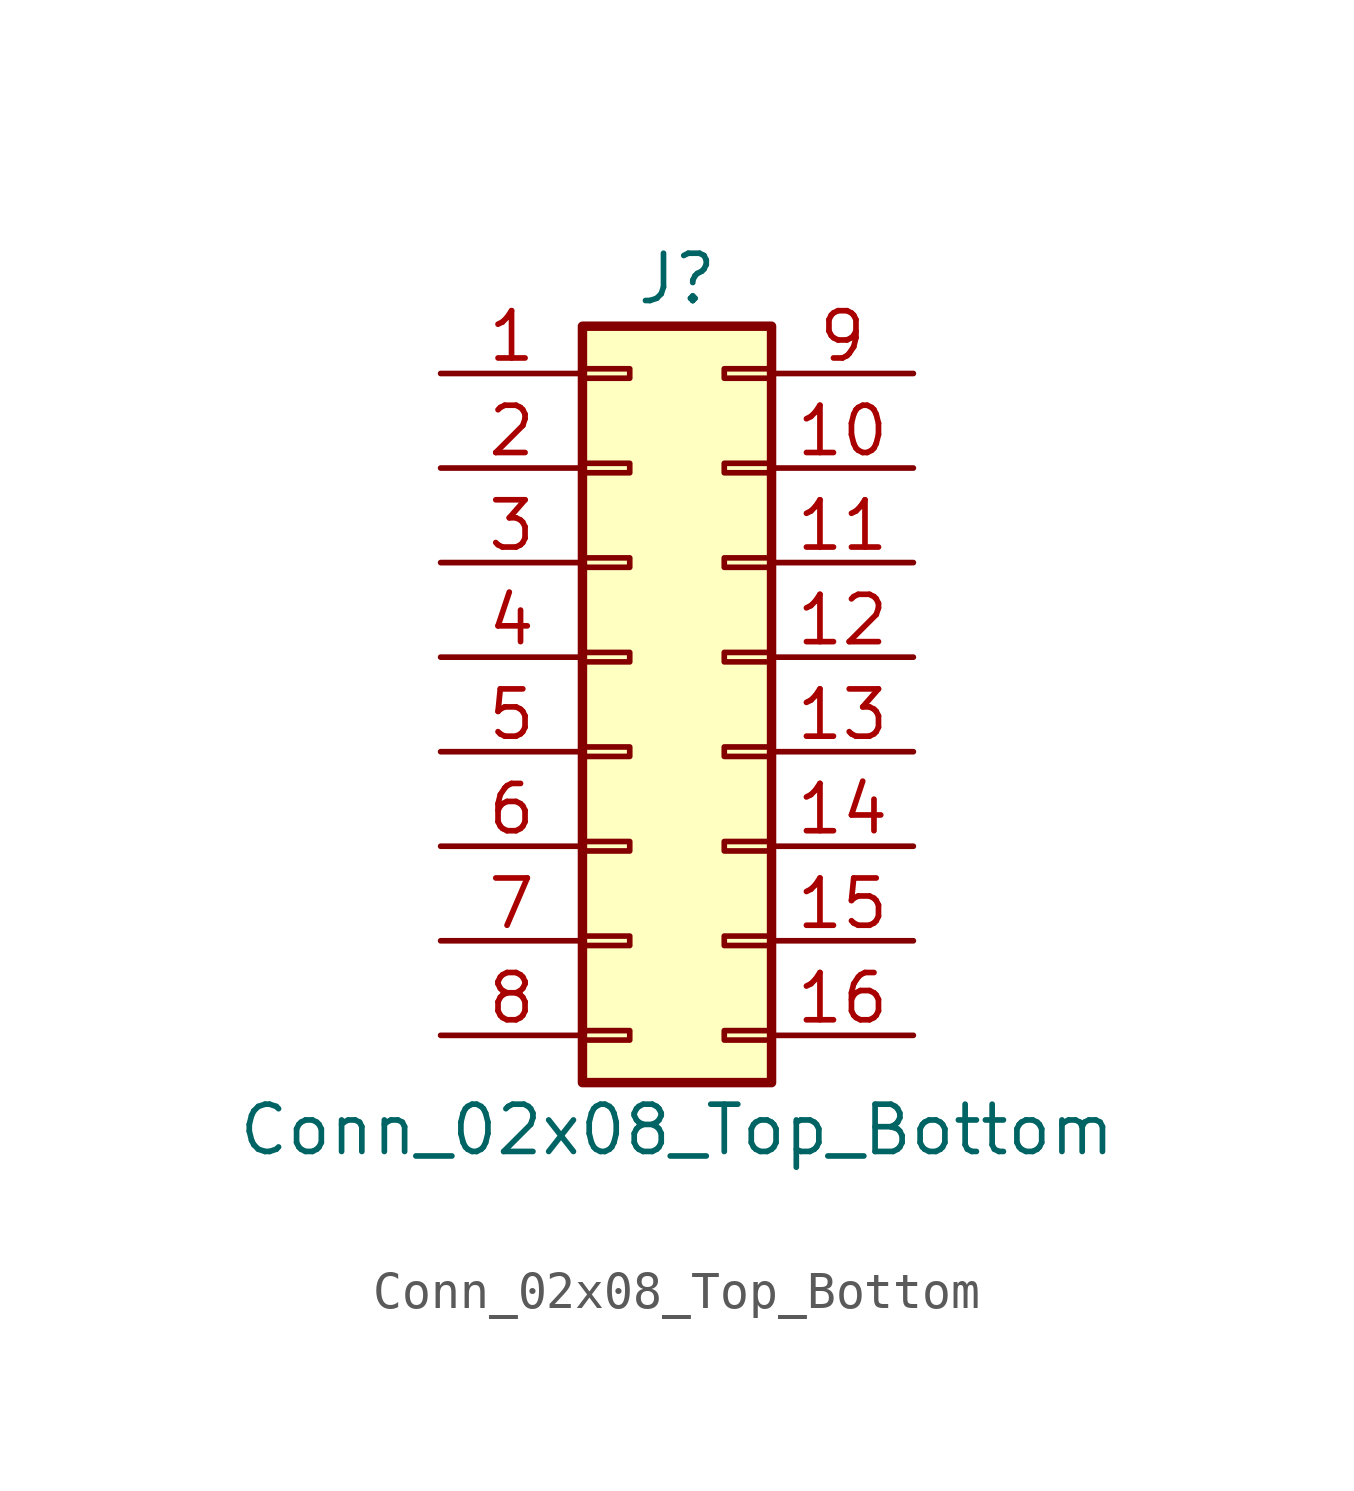
<source format=kicad_sym>
(kicad_symbol_lib
  (version 20241209)
  (generator "kicad_symbol_editor")
  (generator_version "9.0")
  (symbol "Conn_02x08_Top_Bottom"
    (pin_names
      (offset 1.016)
      (hide yes))
    (property "Reference" "J"
      (at 1.27 10.16 0)
      (effects (font (size 1.27 1.27))))
    (property "Value" "Conn_02x08_Top_Bottom"
      (at 1.27 -12.7 0)
      (effects (font (size 1.27 1.27))))
    (symbol "Conn_02x08_Top_Bottom_1_1"
      (rectangle (start -1.27 8.89) (end 3.81 -11.43) (stroke (width 0.254) (type default)) (fill (type background)))
      (rectangle (start -1.27 7.747) (end 0 7.493) (stroke (width 0.152) (type default)) (fill (type none)))
      (rectangle (start -1.27 5.207) (end 0 4.953) (stroke (width 0.152) (type default)) (fill (type none)))
      (rectangle (start -1.27 2.667) (end 0 2.413) (stroke (width 0.152) (type default)) (fill (type none)))
      (rectangle (start -1.27 0.127) (end 0 -0.127) (stroke (width 0.152) (type default)) (fill (type none)))
      (rectangle (start -1.27 -2.413) (end 0 -2.667) (stroke (width 0.152) (type default)) (fill (type none)))
      (rectangle (start -1.27 -4.953) (end 0 -5.207) (stroke (width 0.152) (type default)) (fill (type none)))
      (rectangle (start -1.27 -7.493) (end 0 -7.747) (stroke (width 0.152) (type default)) (fill (type none)))
      (rectangle (start -1.27 -10.033) (end 0 -10.287) (stroke (width 0.152) (type default)) (fill (type none)))
      (rectangle (start 3.81 7.747) (end 2.54 7.493) (stroke (width 0.152) (type default)) (fill (type none)))
      (rectangle (start 3.81 5.207) (end 2.54 4.953) (stroke (width 0.152) (type default)) (fill (type none)))
      (rectangle (start 3.81 2.667) (end 2.54 2.413) (stroke (width 0.152) (type default)) (fill (type none)))
      (rectangle (start 3.81 0.127) (end 2.54 -0.127) (stroke (width 0.152) (type default)) (fill (type none)))
      (rectangle (start 3.81 -2.413) (end 2.54 -2.667) (stroke (width 0.152) (type default)) (fill (type none)))
      (rectangle (start 3.81 -4.953) (end 2.54 -5.207) (stroke (width 0.152) (type default)) (fill (type none)))
      (rectangle (start 3.81 -7.493) (end 2.54 -7.747) (stroke (width 0.152) (type default)) (fill (type none)))
      (rectangle (start 3.81 -10.033) (end 2.54 -10.287) (stroke (width 0.152) (type default)) (fill (type none)))
      (pin passive line (at -5.08 7.62 0) (length 3.81) (name "Pin_1" (effects (font (size 1.27 1.27)))) (number "1" (effects (font (size 1.27 1.27)))))
      (pin passive line (at -5.08 5.08 0) (length 3.81) (name "Pin_2" (effects (font (size 1.27 1.27)))) (number "2" (effects (font (size 1.27 1.27)))))
      (pin passive line (at -5.08 2.54 0) (length 3.81) (name "Pin_3" (effects (font (size 1.27 1.27)))) (number "3" (effects (font (size 1.27 1.27)))))
      (pin passive line (at -5.08 0 0) (length 3.81) (name "Pin_4" (effects (font (size 1.27 1.27)))) (number "4" (effects (font (size 1.27 1.27)))))
      (pin passive line (at -5.08 -2.54 0) (length 3.81) (name "Pin_5" (effects (font (size 1.27 1.27)))) (number "5" (effects (font (size 1.27 1.27)))))
      (pin passive line (at -5.08 -5.08 0) (length 3.81) (name "Pin_6" (effects (font (size 1.27 1.27)))) (number "6" (effects (font (size 1.27 1.27)))))
      (pin passive line (at -5.08 -7.62 0) (length 3.81) (name "Pin_7" (effects (font (size 1.27 1.27)))) (number "7" (effects (font (size 1.27 1.27)))))
      (pin passive line (at -5.08 -10.16 0) (length 3.81) (name "Pin_8" (effects (font (size 1.27 1.27)))) (number "8" (effects (font (size 1.27 1.27)))))
      (pin passive line (at 7.62 7.62 180) (length 3.81) (name "Pin_9" (effects (font (size 1.27 1.27)))) (number "9" (effects (font (size 1.27 1.27)))))
      (pin passive line (at 7.62 5.08 180) (length 3.81) (name "Pin_10" (effects (font (size 1.27 1.27)))) (number "10" (effects (font (size 1.27 1.27)))))
      (pin passive line (at 7.62 2.54 180) (length 3.81) (name "Pin_11" (effects (font (size 1.27 1.27)))) (number "11" (effects (font (size 1.27 1.27)))))
      (pin passive line (at 7.62 0 180) (length 3.81) (name "Pin_12" (effects (font (size 1.27 1.27)))) (number "12" (effects (font (size 1.27 1.27)))))
      (pin passive line (at 7.62 -2.54 180) (length 3.81) (name "Pin_13" (effects (font (size 1.27 1.27)))) (number "13" (effects (font (size 1.27 1.27)))))
      (pin passive line (at 7.62 -5.08 180) (length 3.81) (name "Pin_14" (effects (font (size 1.27 1.27)))) (number "14" (effects (font (size 1.27 1.27)))))
      (pin passive line (at 7.62 -7.62 180) (length 3.81) (name "Pin_15" (effects (font (size 1.27 1.27)))) (number "15" (effects (font (size 1.27 1.27)))))
      (pin passive line (at 7.62 -10.16 180) (length 3.81) (name "Pin_16" (effects (font (size 1.27 1.27)))) (number "16" (effects (font (size 1.27 1.27))))))))
</source>
